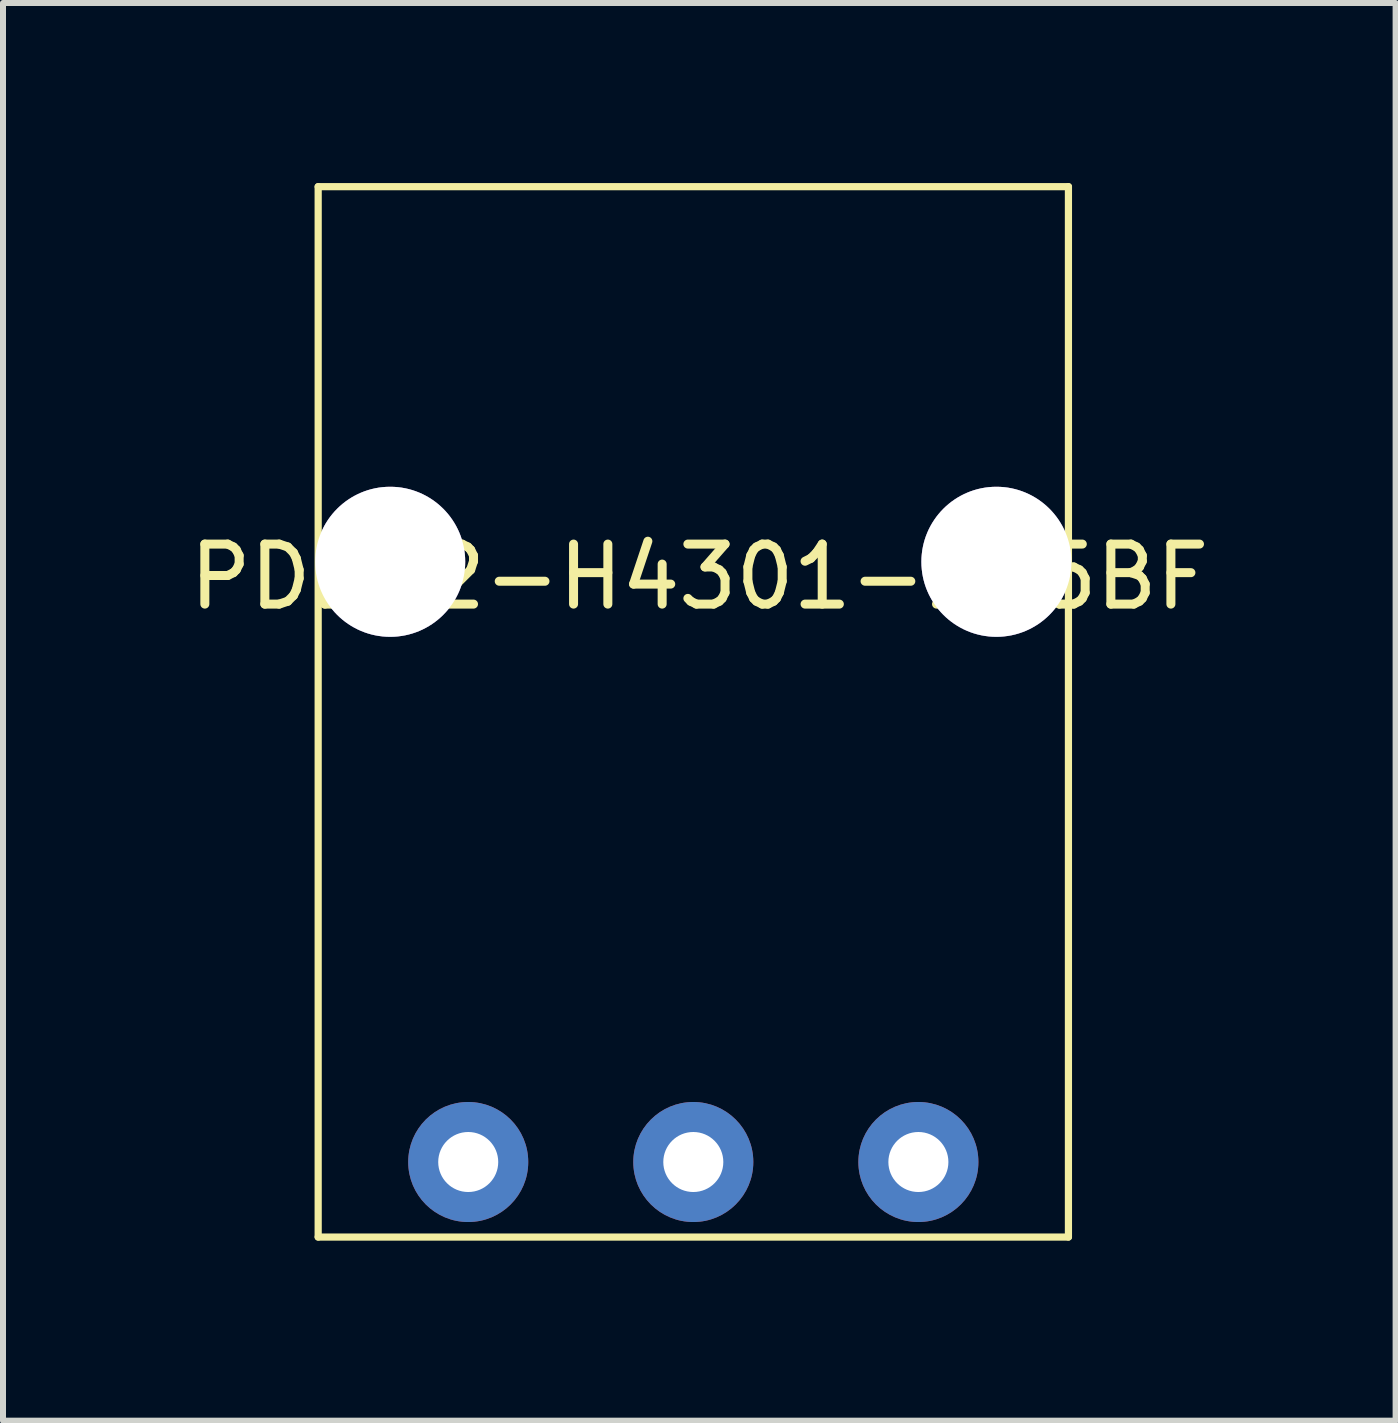
<source format=kicad_pcb>
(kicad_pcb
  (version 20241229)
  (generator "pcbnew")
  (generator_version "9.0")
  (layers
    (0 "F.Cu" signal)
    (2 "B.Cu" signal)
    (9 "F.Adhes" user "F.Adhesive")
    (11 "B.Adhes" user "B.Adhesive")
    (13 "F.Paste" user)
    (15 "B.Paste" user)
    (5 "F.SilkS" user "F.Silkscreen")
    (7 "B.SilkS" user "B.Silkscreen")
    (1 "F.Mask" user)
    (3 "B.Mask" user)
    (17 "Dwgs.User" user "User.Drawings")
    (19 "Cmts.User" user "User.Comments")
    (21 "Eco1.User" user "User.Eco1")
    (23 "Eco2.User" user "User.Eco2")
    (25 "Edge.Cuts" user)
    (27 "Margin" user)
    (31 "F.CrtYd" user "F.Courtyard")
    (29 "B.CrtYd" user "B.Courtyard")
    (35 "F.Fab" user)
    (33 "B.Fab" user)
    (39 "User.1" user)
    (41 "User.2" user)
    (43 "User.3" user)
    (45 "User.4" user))
  (footprint "PDB12-H4301-105BF"
    (layer "F.Cu")
    (at 8.501 6.31)
    (property "Reference" "PDB12-H4301-105BF" (at 0.1 0.25 0) (layer "F.SilkS") (effects (font (size 1 1) (thickness 0.15))))
    (attr through_hole)
    (fp_line (start -6.25 -6.25) (end -6.25 11.25) (stroke (width 0.12) (type solid)) (layer "F.SilkS"))
    (fp_line (start -6.25 11.25) (end 6.25 11.25) (stroke (width 0.12) (type solid)) (layer "F.SilkS"))
    (fp_line (start 6.25 -6.25) (end -6.25 -6.25) (stroke (width 0.12) (type solid)) (layer "F.SilkS"))
    (fp_line (start 6.25 11.25) (end 6.25 -6.25) (stroke (width 0.12) (type solid)) (layer "F.SilkS"))
    (pad "1" thru_hole circle (at -3.75 10) (size 2 2) (drill 1) (layers "*.Cu" "*.Mask"))
    (pad "2" thru_hole circle (at 0 10) (size 2 2) (drill 1) (layers "*.Cu" "*.Mask"))
    (pad "3" thru_hole circle (at 3.75 10) (size 2 2) (drill 1) (layers "*.Cu" "*.Mask"))
    (pad "~" thru_hole circle (at -5.05 0) (size 2.5 2.5) (drill 2.5) (layers "*.Cu" "*.Mask"))
    (pad "~" thru_hole circle (at 5.05 0) (size 2.5 2.5) (drill 2.5) (layers "*.Cu" "*.Mask")))
  (gr_rect
    (start -3 -3)
    (end 20.202 20.62)
    (stroke (width 0.1) (type default))
    (fill no)
    (layer "Edge.Cuts")))
</source>
